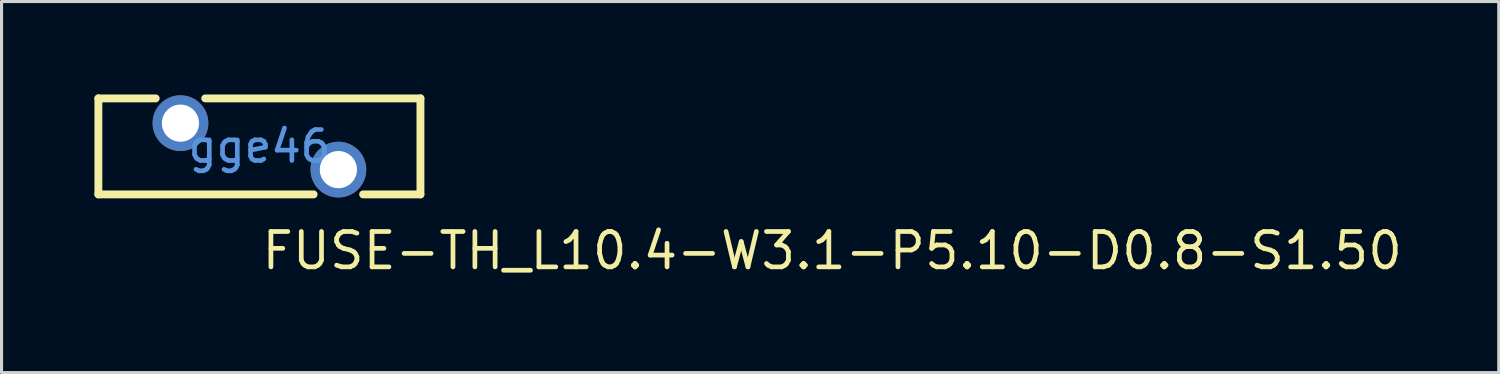
<source format=kicad_pcb>
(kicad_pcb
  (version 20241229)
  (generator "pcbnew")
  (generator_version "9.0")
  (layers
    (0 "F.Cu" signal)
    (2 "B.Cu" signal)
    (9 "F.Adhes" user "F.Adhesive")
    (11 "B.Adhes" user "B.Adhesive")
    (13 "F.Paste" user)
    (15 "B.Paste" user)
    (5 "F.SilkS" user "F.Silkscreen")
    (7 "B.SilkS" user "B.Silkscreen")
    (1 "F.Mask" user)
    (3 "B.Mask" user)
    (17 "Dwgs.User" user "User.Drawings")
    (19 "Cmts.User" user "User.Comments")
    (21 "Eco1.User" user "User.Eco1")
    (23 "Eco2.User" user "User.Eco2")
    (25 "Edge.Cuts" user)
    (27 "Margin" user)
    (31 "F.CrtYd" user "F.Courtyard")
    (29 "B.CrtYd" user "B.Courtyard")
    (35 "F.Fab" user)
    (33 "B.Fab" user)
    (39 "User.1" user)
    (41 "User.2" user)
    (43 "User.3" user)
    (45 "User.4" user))
  (footprint "FUSE-TH_L10.4-W3.1-P5.10-D0.8-S1.50"
    (layer "F.Cu")
    (at 5.327 1.677)
    (property "Reference" "FUSE-TH_L10.4-W3.1-P5.10-D0.8-S1.50" (at 0 3.37 0) (layer "F.SilkS") (effects (font (size 1.143 1.143) (thickness 0.152)) (justify left)))
    (attr through_hole)
    (fp_line (start -5.2 -1.55) (end -3.349 -1.55) (stroke (width 0.254) (type solid)) (layer "F.SilkS"))
    (fp_line (start -5.2 1.55) (end -5.2 -1.55) (stroke (width 0.254) (type solid)) (layer "F.SilkS"))
    (fp_line (start -5.2 1.55) (end 1.751 1.55) (stroke (width 0.254) (type solid)) (layer "F.SilkS"))
    (fp_line (start -1.751 -1.55) (end 5.2 -1.55) (stroke (width 0.254) (type solid)) (layer "F.SilkS"))
    (fp_line (start 3.349 1.55) (end 5.2 1.55) (stroke (width 0.254) (type solid)) (layer "F.SilkS"))
    (fp_line (start 5.2 -1.55) (end 5.2 1.55) (stroke (width 0.254) (type solid)) (layer "F.SilkS"))
    (fp_text user "gge46" (at 0 0 0) (layer "Cmts.User") (effects (font (size 1 1) (thickness 0.15))))
    (pad "1" thru_hole circle (at -2.55 -0.75) (size 1.8 1.8) (drill 1.2) (layers "*.Cu" "*.Paste" "*.Mask"))
    (pad "2" thru_hole circle (at 2.55 0.75) (size 1.8 1.8) (drill 1.2) (layers "*.Cu" "*.Paste" "*.Mask")))
  (gr_rect
    (start -3 -3)
    (end 45.348 8.982)
    (stroke (width 0.1) (type default))
    (fill no)
    (layer "Edge.Cuts")))
</source>
